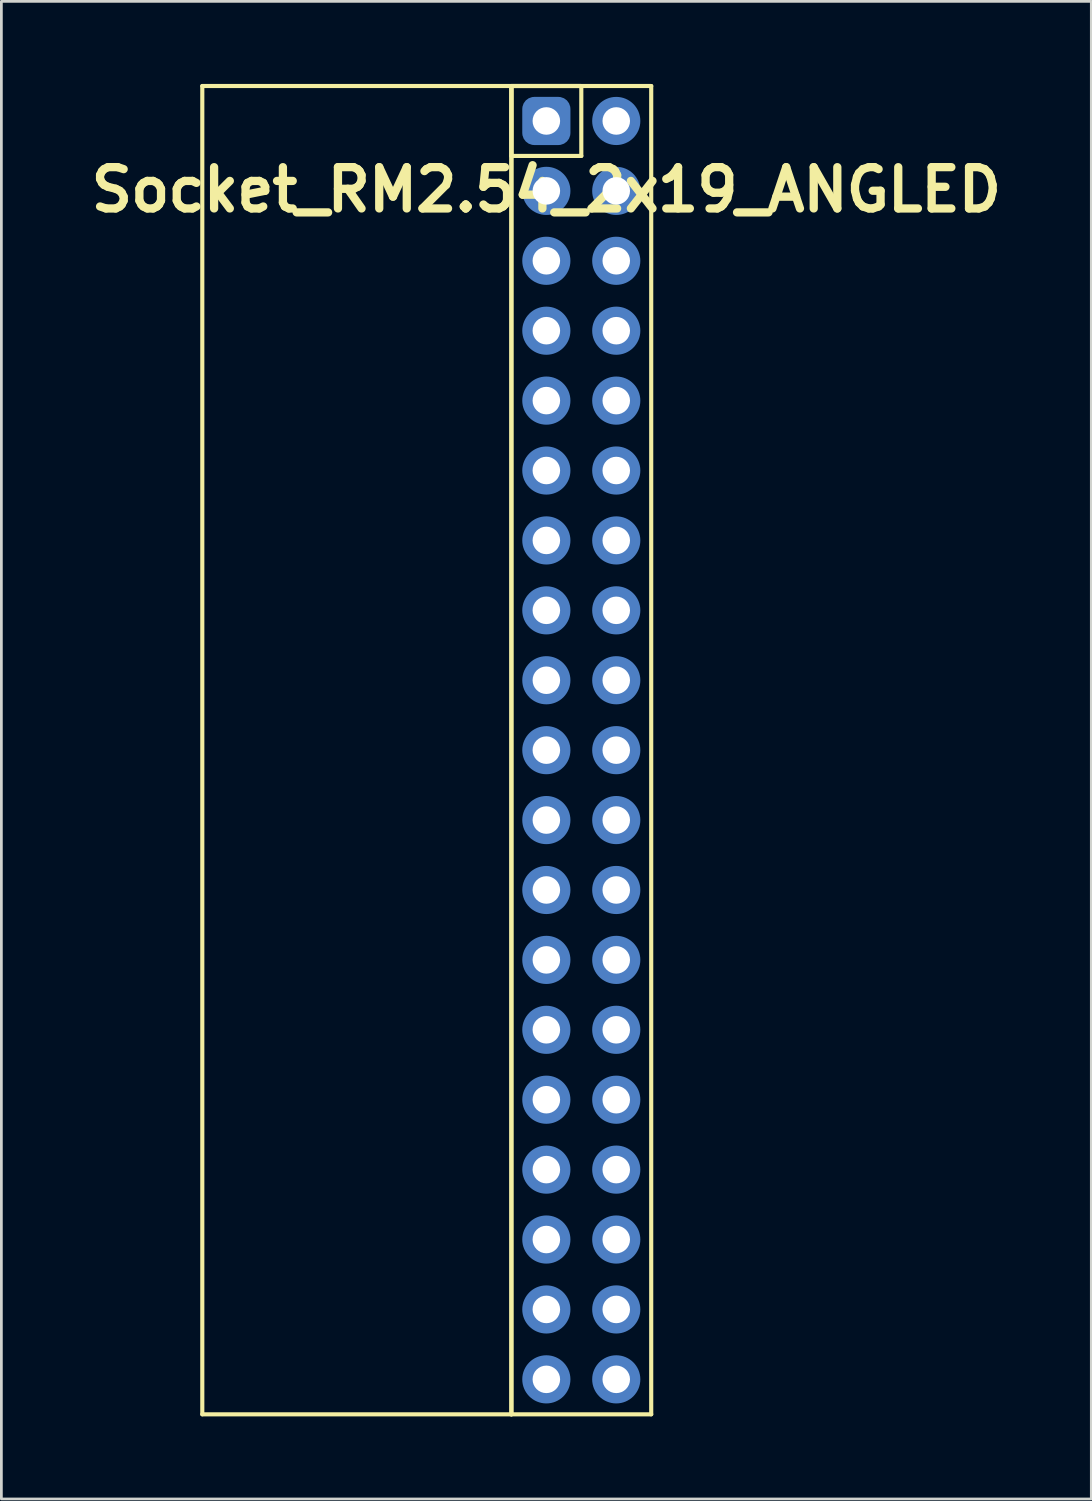
<source format=kicad_pcb>
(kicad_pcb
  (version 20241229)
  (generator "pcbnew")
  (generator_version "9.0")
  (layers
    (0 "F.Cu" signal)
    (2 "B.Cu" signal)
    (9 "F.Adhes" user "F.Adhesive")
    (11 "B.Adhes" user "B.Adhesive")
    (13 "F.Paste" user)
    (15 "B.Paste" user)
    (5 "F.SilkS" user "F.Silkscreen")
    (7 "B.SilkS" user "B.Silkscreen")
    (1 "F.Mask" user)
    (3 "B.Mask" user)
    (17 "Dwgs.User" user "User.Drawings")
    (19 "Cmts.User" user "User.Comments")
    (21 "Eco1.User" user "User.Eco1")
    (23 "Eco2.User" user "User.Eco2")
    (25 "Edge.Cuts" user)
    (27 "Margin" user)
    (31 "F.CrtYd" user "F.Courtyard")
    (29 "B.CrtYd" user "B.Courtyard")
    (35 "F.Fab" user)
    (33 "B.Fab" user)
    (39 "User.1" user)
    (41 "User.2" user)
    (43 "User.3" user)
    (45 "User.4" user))
  (footprint "Socket_RM2.54_2x19_ANGLED"
    (layer "F.Cu")
    (at 16.8 1.345)
    (property "Reference" "Socket_RM2.54_2x19_ANGLED" (at 0 2.5 0) (layer "F.SilkS") (effects (font (size 1.5 1.5) (thickness 0.3))))
    (attr through_hole)
    (fp_line (start -12.5 -1.27) (end -1.27 -1.27) (stroke (width 0.15) (type solid)) (layer "F.SilkS"))
    (fp_line (start -12.5 46.99) (end -12.5 -1.27) (stroke (width 0.15) (type solid)) (layer "F.SilkS"))
    (fp_line (start -1.27 -1.27) (end -1.27 46.99) (stroke (width 0.15) (type solid)) (layer "F.SilkS"))
    (fp_line (start -1.27 -1.27) (end 1.27 -1.27) (stroke (width 0.15) (type solid)) (layer "F.SilkS"))
    (fp_line (start -1.27 -1.27) (end 3.81 -1.27) (stroke (width 0.15) (type solid)) (layer "F.SilkS"))
    (fp_line (start -1.27 1.27) (end -1.27 -1.27) (stroke (width 0.15) (type solid)) (layer "F.SilkS"))
    (fp_line (start -1.27 46.99) (end -12.5 46.99) (stroke (width 0.15) (type solid)) (layer "F.SilkS"))
    (fp_line (start -1.27 46.99) (end -1.27 -1.27) (stroke (width 0.15) (type solid)) (layer "F.SilkS"))
    (fp_line (start 1.27 -1.27) (end 1.27 1.27) (stroke (width 0.15) (type solid)) (layer "F.SilkS"))
    (fp_line (start 1.27 1.27) (end -1.27 1.27) (stroke (width 0.15) (type solid)) (layer "F.SilkS"))
    (fp_line (start 3.81 -1.27) (end 3.81 46.99) (stroke (width 0.15) (type solid)) (layer "F.SilkS"))
    (fp_line (start 3.81 46.99) (end -1.27 46.99) (stroke (width 0.15) (type solid)) (layer "F.SilkS"))
    (pad "1" thru_hole circle (at 0 0) (size 1.3 1.3) (drill 1) (layers "*.Cu" "*.Mask"))
    (pad "1" smd roundrect (at 0 0) (size 1.5 1.5) (layers "F.Cu" "F.Mask") (roundrect_rratio 0.25))
    (pad "1" smd roundrect (at 0 0) (size 1.75 1.75) (layers "B.Cu" "B.Mask") (roundrect_rratio 0.25))
    (pad "2" thru_hole circle (at 2.54 0) (size 1.3 1.3) (drill 1) (layers "*.Cu" "*.Mask"))
    (pad "2" smd circle (at 2.54 0) (size 1.5 1.5) (layers "F.Cu" "F.Mask"))
    (pad "2" smd circle (at 2.54 0) (size 1.75 1.75) (layers "B.Cu" "B.Mask"))
    (pad "3" thru_hole circle (at 0 2.54) (size 1.3 1.3) (drill 1) (layers "*.Cu" "*.Mask"))
    (pad "3" smd circle (at 0 2.54) (size 1.5 1.5) (layers "F.Cu" "F.Mask"))
    (pad "3" smd circle (at 0 2.54) (size 1.75 1.75) (layers "B.Cu" "B.Mask"))
    (pad "4" thru_hole circle (at 2.54 2.54) (size 1.3 1.3) (drill 1) (layers "*.Cu" "*.Mask"))
    (pad "4" smd circle (at 2.54 2.54) (size 1.5 1.5) (layers "F.Cu" "F.Mask"))
    (pad "4" smd circle (at 2.54 2.54) (size 1.75 1.75) (layers "B.Cu" "B.Mask"))
    (pad "5" thru_hole circle (at 0 5.08) (size 1.3 1.3) (drill 1) (layers "*.Cu" "*.Mask"))
    (pad "5" smd circle (at 0 5.08) (size 1.5 1.5) (layers "F.Cu" "F.Mask"))
    (pad "5" smd circle (at 0 5.08) (size 1.75 1.75) (layers "B.Cu" "B.Mask"))
    (pad "6" thru_hole circle (at 2.54 5.08) (size 1.3 1.3) (drill 1) (layers "*.Cu" "*.Mask"))
    (pad "6" smd circle (at 2.54 5.08) (size 1.5 1.5) (layers "F.Cu" "F.Mask"))
    (pad "6" smd circle (at 2.54 5.08) (size 1.75 1.75) (layers "B.Cu" "B.Mask"))
    (pad "7" thru_hole circle (at 0 7.62) (size 1.3 1.3) (drill 1) (layers "*.Cu" "*.Mask"))
    (pad "7" smd circle (at 0 7.62) (size 1.5 1.5) (layers "F.Cu" "F.Mask"))
    (pad "7" smd circle (at 0 7.62) (size 1.75 1.75) (layers "B.Cu" "B.Mask"))
    (pad "8" thru_hole circle (at 2.54 7.62) (size 1.3 1.3) (drill 1) (layers "*.Cu" "*.Mask"))
    (pad "8" smd circle (at 2.54 7.62) (size 1.5 1.5) (layers "F.Cu" "F.Mask"))
    (pad "8" smd circle (at 2.54 7.62) (size 1.75 1.75) (layers "B.Cu" "B.Mask"))
    (pad "9" thru_hole circle (at 0 10.16) (size 1.3 1.3) (drill 1) (layers "*.Cu" "*.Mask"))
    (pad "9" smd circle (at 0 10.16) (size 1.5 1.5) (layers "F.Cu" "F.Mask"))
    (pad "9" smd circle (at 0 10.16) (size 1.75 1.75) (layers "B.Cu" "B.Mask"))
    (pad "10" thru_hole circle (at 2.54 10.16) (size 1.3 1.3) (drill 1) (layers "*.Cu" "*.Mask"))
    (pad "10" smd circle (at 2.54 10.16) (size 1.5 1.5) (layers "F.Cu" "F.Mask"))
    (pad "10" smd circle (at 2.54 10.16) (size 1.75 1.75) (layers "B.Cu" "B.Mask"))
    (pad "11" thru_hole circle (at 0 12.7) (size 1.3 1.3) (drill 1) (layers "*.Cu" "*.Mask"))
    (pad "11" smd circle (at 0 12.7) (size 1.5 1.5) (layers "F.Cu" "F.Mask"))
    (pad "11" smd circle (at 0 12.7) (size 1.75 1.75) (layers "B.Cu" "B.Mask"))
    (pad "12" thru_hole circle (at 2.54 12.7) (size 1.3 1.3) (drill 1) (layers "*.Cu" "*.Mask"))
    (pad "12" smd circle (at 2.54 12.7) (size 1.5 1.5) (layers "F.Cu" "F.Mask"))
    (pad "12" smd circle (at 2.54 12.7) (size 1.75 1.75) (layers "B.Cu" "B.Mask"))
    (pad "13" thru_hole circle (at 0 15.24) (size 1.3 1.3) (drill 1) (layers "*.Cu" "*.Mask"))
    (pad "13" smd circle (at 0 15.24) (size 1.5 1.5) (layers "F.Cu" "F.Mask"))
    (pad "13" smd circle (at 0 15.24) (size 1.75 1.75) (layers "B.Cu" "B.Mask"))
    (pad "14" thru_hole circle (at 2.54 15.24) (size 1.3 1.3) (drill 1) (layers "*.Cu" "*.Mask"))
    (pad "14" smd circle (at 2.54 15.24) (size 1.5 1.5) (layers "F.Cu" "F.Mask"))
    (pad "14" smd circle (at 2.54 15.24) (size 1.75 1.75) (layers "B.Cu" "B.Mask"))
    (pad "15" thru_hole circle (at 0 17.78) (size 1.3 1.3) (drill 1) (layers "*.Cu" "*.Mask"))
    (pad "15" smd circle (at 0 17.78) (size 1.5 1.5) (layers "F.Cu" "F.Mask"))
    (pad "15" smd circle (at 0 17.78) (size 1.75 1.75) (layers "B.Cu" "B.Mask"))
    (pad "16" thru_hole circle (at 2.54 17.78) (size 1.3 1.3) (drill 1) (layers "*.Cu" "*.Mask"))
    (pad "16" smd circle (at 2.54 17.78) (size 1.5 1.5) (layers "F.Cu" "F.Mask"))
    (pad "16" smd circle (at 2.54 17.78) (size 1.75 1.75) (layers "B.Cu" "B.Mask"))
    (pad "17" thru_hole circle (at 0 20.32) (size 1.3 1.3) (drill 1) (layers "*.Cu" "*.Mask"))
    (pad "17" smd circle (at 0 20.32) (size 1.5 1.5) (layers "F.Cu" "F.Mask"))
    (pad "17" smd circle (at 0 20.32) (size 1.75 1.75) (layers "B.Cu" "B.Mask"))
    (pad "18" thru_hole circle (at 2.54 20.32) (size 1.3 1.3) (drill 1) (layers "*.Cu" "*.Mask"))
    (pad "18" smd circle (at 2.54 20.32) (size 1.5 1.5) (layers "F.Cu" "F.Mask"))
    (pad "18" smd circle (at 2.54 20.32) (size 1.75 1.75) (layers "B.Cu" "B.Mask"))
    (pad "19" thru_hole circle (at 0 22.86) (size 1.3 1.3) (drill 1) (layers "*.Cu" "*.Mask"))
    (pad "19" smd circle (at 0 22.86) (size 1.5 1.5) (layers "F.Cu" "F.Mask"))
    (pad "19" smd circle (at 0 22.86) (size 1.75 1.75) (layers "B.Cu" "B.Mask"))
    (pad "20" thru_hole circle (at 2.54 22.86) (size 1.3 1.3) (drill 1) (layers "*.Cu" "*.Mask"))
    (pad "20" smd circle (at 2.54 22.86) (size 1.5 1.5) (layers "F.Cu" "F.Mask"))
    (pad "20" smd circle (at 2.54 22.86) (size 1.75 1.75) (layers "B.Cu" "B.Mask"))
    (pad "21" thru_hole circle (at 0 25.4) (size 1.3 1.3) (drill 1) (layers "*.Cu" "*.Mask"))
    (pad "21" smd circle (at 0 25.4) (size 1.5 1.5) (layers "F.Cu" "F.Mask"))
    (pad "21" smd circle (at 0 25.4) (size 1.75 1.75) (layers "B.Cu" "B.Mask"))
    (pad "22" thru_hole circle (at 2.54 25.4) (size 1.3 1.3) (drill 1) (layers "*.Cu" "*.Mask"))
    (pad "22" smd circle (at 2.54 25.4) (size 1.5 1.5) (layers "F.Cu" "F.Mask"))
    (pad "22" smd circle (at 2.54 25.4) (size 1.75 1.75) (layers "B.Cu" "B.Mask"))
    (pad "23" thru_hole circle (at 0 27.94) (size 1.3 1.3) (drill 1) (layers "*.Cu" "*.Mask"))
    (pad "23" smd circle (at 0 27.94) (size 1.5 1.5) (layers "F.Cu" "F.Mask"))
    (pad "23" smd circle (at 0 27.94) (size 1.75 1.75) (layers "B.Cu" "B.Mask"))
    (pad "24" thru_hole circle (at 2.54 27.94) (size 1.3 1.3) (drill 1) (layers "*.Cu" "*.Mask"))
    (pad "24" smd circle (at 2.54 27.94) (size 1.5 1.5) (layers "F.Cu" "F.Mask"))
    (pad "24" smd circle (at 2.54 27.94) (size 1.75 1.75) (layers "B.Cu" "B.Mask"))
    (pad "25" thru_hole circle (at 0 30.48) (size 1.3 1.3) (drill 1) (layers "*.Cu" "*.Mask"))
    (pad "25" smd circle (at 0 30.48) (size 1.5 1.5) (layers "F.Cu" "F.Mask"))
    (pad "25" smd circle (at 0 30.48) (size 1.75 1.75) (layers "B.Cu" "B.Mask"))
    (pad "26" thru_hole circle (at 2.54 30.48) (size 1.3 1.3) (drill 1) (layers "*.Cu" "*.Mask"))
    (pad "26" smd circle (at 2.54 30.48) (size 1.5 1.5) (layers "F.Cu" "F.Mask"))
    (pad "26" smd circle (at 2.54 30.48) (size 1.75 1.75) (layers "B.Cu" "B.Mask"))
    (pad "27" thru_hole circle (at 0 33.02) (size 1.3 1.3) (drill 1) (layers "*.Cu" "*.Mask"))
    (pad "27" smd circle (at 0 33.02) (size 1.5 1.5) (layers "F.Cu" "F.Mask"))
    (pad "27" smd circle (at 0 33.02) (size 1.75 1.75) (layers "B.Cu" "B.Mask"))
    (pad "28" thru_hole circle (at 2.54 33.02) (size 1.3 1.3) (drill 1) (layers "*.Cu" "*.Mask"))
    (pad "28" smd circle (at 2.54 33.02) (size 1.5 1.5) (layers "F.Cu" "F.Mask"))
    (pad "28" smd circle (at 2.54 33.02) (size 1.75 1.75) (layers "B.Cu" "B.Mask"))
    (pad "29" thru_hole circle (at 0 35.56) (size 1.3 1.3) (drill 1) (layers "*.Cu" "*.Mask"))
    (pad "29" smd circle (at 0 35.56) (size 1.5 1.5) (layers "F.Cu" "F.Mask"))
    (pad "29" smd circle (at 0 35.56) (size 1.75 1.75) (layers "B.Cu" "B.Mask"))
    (pad "30" thru_hole circle (at 2.54 35.56) (size 1.3 1.3) (drill 1) (layers "*.Cu" "*.Mask"))
    (pad "30" smd circle (at 2.54 35.56) (size 1.5 1.5) (layers "F.Cu" "F.Mask"))
    (pad "30" smd circle (at 2.54 35.56) (size 1.75 1.75) (layers "B.Cu" "B.Mask"))
    (pad "31" thru_hole circle (at 0 38.1) (size 1.3 1.3) (drill 1) (layers "*.Cu" "*.Mask"))
    (pad "31" smd circle (at 0 38.1) (size 1.5 1.5) (layers "F.Cu" "F.Mask"))
    (pad "31" smd circle (at 0 38.1) (size 1.75 1.75) (layers "B.Cu" "B.Mask"))
    (pad "32" thru_hole circle (at 2.54 38.1) (size 1.3 1.3) (drill 1) (layers "*.Cu" "*.Mask"))
    (pad "32" smd circle (at 2.54 38.1) (size 1.5 1.5) (layers "F.Cu" "F.Mask"))
    (pad "32" smd circle (at 2.54 38.1) (size 1.75 1.75) (layers "B.Cu" "B.Mask"))
    (pad "33" thru_hole circle (at 0 40.64) (size 1.3 1.3) (drill 1) (layers "*.Cu" "*.Mask"))
    (pad "33" smd circle (at 0 40.64) (size 1.5 1.5) (layers "F.Cu" "F.Mask"))
    (pad "33" smd circle (at 0 40.64) (size 1.75 1.75) (layers "B.Cu" "B.Mask"))
    (pad "34" thru_hole circle (at 2.54 40.64) (size 1.3 1.3) (drill 1) (layers "*.Cu" "*.Mask"))
    (pad "34" smd circle (at 2.54 40.64) (size 1.5 1.5) (layers "F.Cu" "F.Mask"))
    (pad "34" smd circle (at 2.54 40.64) (size 1.75 1.75) (layers "B.Cu" "B.Mask"))
    (pad "35" thru_hole circle (at 0 43.18) (size 1.3 1.3) (drill 1) (layers "*.Cu" "*.Mask"))
    (pad "35" smd circle (at 0 43.18) (size 1.5 1.5) (layers "F.Cu" "F.Mask"))
    (pad "35" smd circle (at 0 43.18) (size 1.75 1.75) (layers "B.Cu" "B.Mask"))
    (pad "36" thru_hole circle (at 2.54 43.18) (size 1.3 1.3) (drill 1) (layers "*.Cu" "*.Mask"))
    (pad "36" smd circle (at 2.54 43.18) (size 1.5 1.5) (layers "F.Cu" "F.Mask"))
    (pad "36" smd circle (at 2.54 43.18) (size 1.75 1.75) (layers "B.Cu" "B.Mask"))
    (pad "37" thru_hole circle (at 0 45.72) (size 1.3 1.3) (drill 1) (layers "*.Cu" "*.Mask"))
    (pad "37" smd circle (at 0 45.72) (size 1.5 1.5) (layers "F.Cu" "F.Mask"))
    (pad "37" smd circle (at 0 45.72) (size 1.75 1.75) (layers "B.Cu" "B.Mask"))
    (pad "38" thru_hole circle (at 2.54 45.72) (size 1.3 1.3) (drill 1) (layers "*.Cu" "*.Mask"))
    (pad "38" smd circle (at 2.54 45.72) (size 1.5 1.5) (layers "F.Cu" "F.Mask"))
    (pad "38" smd circle (at 2.54 45.72) (size 1.75 1.75) (layers "B.Cu" "B.Mask")))
  (gr_rect
    (start -3 -3)
    (end 36.6 51.41)
    (stroke (width 0.1) (type default))
    (fill no)
    (layer "Edge.Cuts")))
</source>
